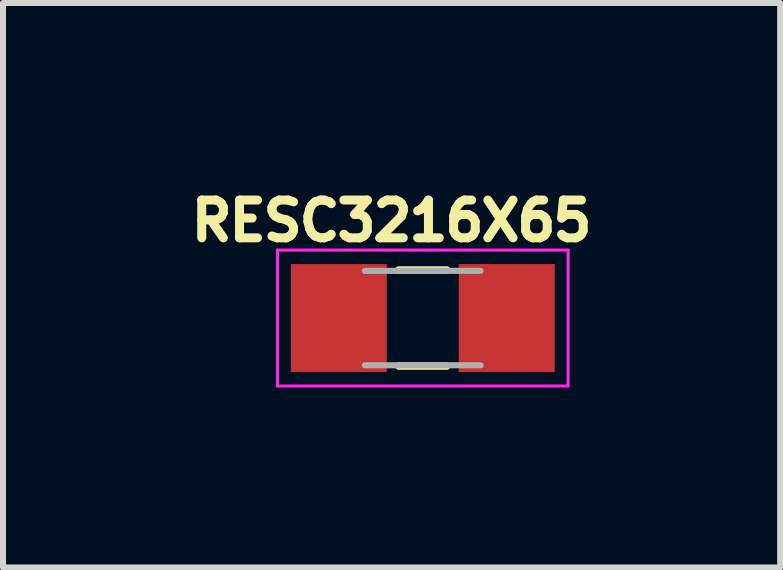
<source format=kicad_pcb>
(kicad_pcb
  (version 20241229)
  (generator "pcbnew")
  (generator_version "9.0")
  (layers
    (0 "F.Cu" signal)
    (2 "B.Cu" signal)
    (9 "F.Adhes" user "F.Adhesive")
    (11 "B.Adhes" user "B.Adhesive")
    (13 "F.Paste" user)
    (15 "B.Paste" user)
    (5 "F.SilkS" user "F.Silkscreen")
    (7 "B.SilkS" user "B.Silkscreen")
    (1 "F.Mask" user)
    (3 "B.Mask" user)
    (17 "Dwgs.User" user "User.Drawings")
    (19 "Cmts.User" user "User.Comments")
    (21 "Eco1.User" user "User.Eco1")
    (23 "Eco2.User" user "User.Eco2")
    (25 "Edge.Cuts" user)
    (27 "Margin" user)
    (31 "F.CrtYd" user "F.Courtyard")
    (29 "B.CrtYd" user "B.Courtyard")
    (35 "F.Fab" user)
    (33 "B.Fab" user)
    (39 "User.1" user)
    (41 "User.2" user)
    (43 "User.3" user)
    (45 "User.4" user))
  (footprint "RESC3216X65"
    (layer "F.Cu")
    (at 3.999 2.253)
    (property "Reference" "RESC3216X65" (at -0.52 -1.621 0) (layer "F.SilkS") (effects (font (size 0.63 0.63) (thickness 0.15))))
    (attr smd)
    (fp_line (start -0.4 -0.8) (end 0.4 -0.8) (stroke (width 0.127) (type solid)) (layer "F.SilkS"))
    (fp_line (start -0.4 0.8) (end 0.4 0.8) (stroke (width 0.127) (type solid)) (layer "F.SilkS"))
    (fp_line (start -2.423 -1.133) (end 2.423 -1.133) (stroke (width 0.051) (type solid)) (layer "F.CrtYd"))
    (fp_line (start -2.423 1.133) (end -2.423 -1.133) (stroke (width 0.051) (type solid)) (layer "F.CrtYd"))
    (fp_line (start 2.423 -1.133) (end 2.423 1.133) (stroke (width 0.051) (type solid)) (layer "F.CrtYd"))
    (fp_line (start 2.423 1.133) (end -2.423 1.133) (stroke (width 0.051) (type solid)) (layer "F.CrtYd"))
    (fp_line (start -0.965 -0.787) (end 0.965 -0.787) (stroke (width 0.102) (type solid)) (layer "F.Fab"))
    (fp_line (start -0.965 0.787) (end 0.965 0.787) (stroke (width 0.102) (type solid)) (layer "F.Fab"))
    (pad "1" smd rect (at -1.4 0) (size 1.6 1.8) (layers "F.Cu" "F.Mask" "F.Paste"))
    (pad "2" smd rect (at 1.4 0) (size 1.6 1.8) (layers "F.Cu" "F.Mask" "F.Paste")))
  (gr_rect
    (start -3 -3)
    (end 9.958 6.412)
    (stroke (width 0.1) (type default))
    (fill no)
    (layer "Edge.Cuts")))
</source>
